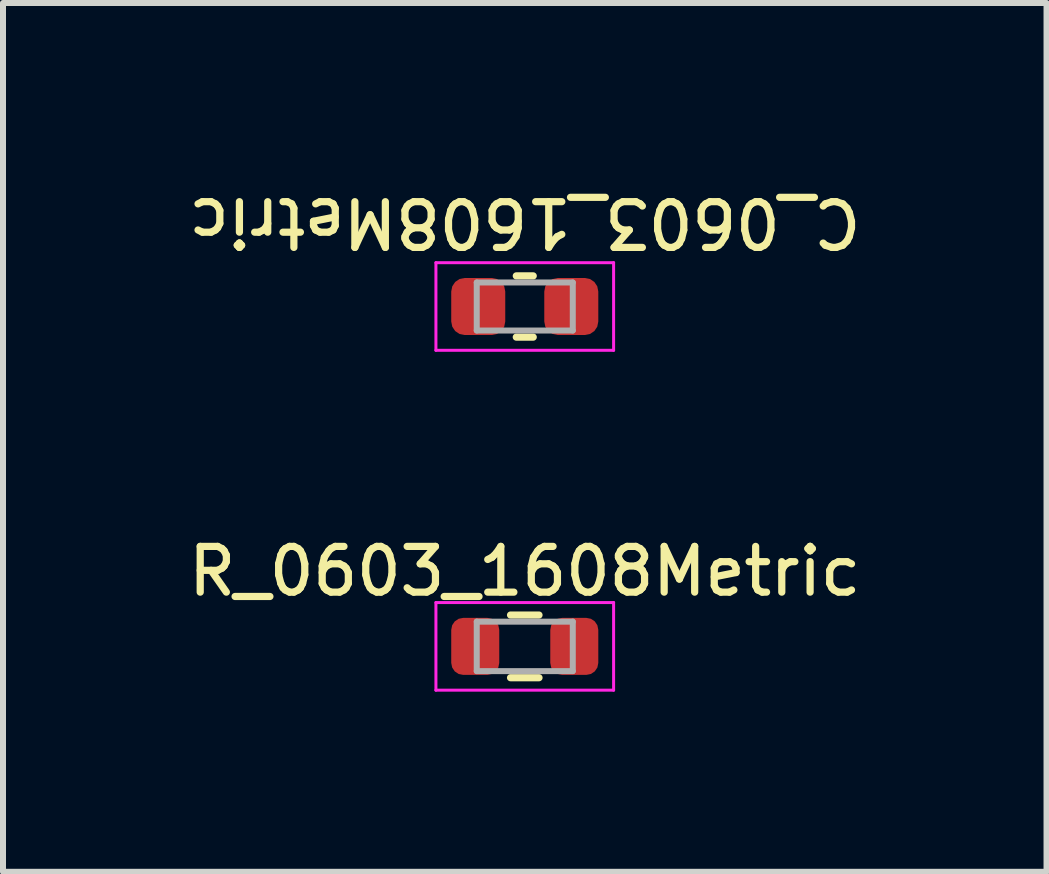
<source format=kicad_pcb>
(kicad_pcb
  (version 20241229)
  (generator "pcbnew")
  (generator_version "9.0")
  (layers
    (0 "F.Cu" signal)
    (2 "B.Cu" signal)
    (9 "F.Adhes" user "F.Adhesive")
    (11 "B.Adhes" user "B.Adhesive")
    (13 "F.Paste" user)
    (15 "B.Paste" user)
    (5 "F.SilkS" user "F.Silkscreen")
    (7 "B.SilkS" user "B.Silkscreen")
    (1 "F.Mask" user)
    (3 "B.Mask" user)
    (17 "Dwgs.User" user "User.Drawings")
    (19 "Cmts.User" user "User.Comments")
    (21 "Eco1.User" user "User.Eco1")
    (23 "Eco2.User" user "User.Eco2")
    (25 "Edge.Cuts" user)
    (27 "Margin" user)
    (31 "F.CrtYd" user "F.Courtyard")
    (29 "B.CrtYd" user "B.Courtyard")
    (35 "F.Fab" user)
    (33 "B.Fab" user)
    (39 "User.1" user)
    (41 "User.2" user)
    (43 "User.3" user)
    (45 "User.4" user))
  (footprint "R_0603_1608Metric"
    (layer "F.Cu")
    (at 5.692 7.718)
    (property "Reference" "R_0603_1608Metric" (at 0 -1.25 0) (unlocked yes) (layer "F.SilkS") (effects (font (size 0.762 0.762) (thickness 0.12))))
    (attr smd)
    (fp_line (start -0.237 -0.522) (end 0.237 -0.522) (stroke (width 0.12) (type solid)) (layer "F.SilkS"))
    (fp_line (start -0.237 0.522) (end 0.237 0.522) (stroke (width 0.12) (type solid)) (layer "F.SilkS"))
    (fp_line (start -1.48 -0.73) (end 1.48 -0.73) (stroke (width 0.05) (type solid)) (layer "F.CrtYd"))
    (fp_line (start -1.48 0.73) (end -1.48 -0.73) (stroke (width 0.05) (type solid)) (layer "F.CrtYd"))
    (fp_line (start 1.48 -0.73) (end 1.48 0.73) (stroke (width 0.05) (type solid)) (layer "F.CrtYd"))
    (fp_line (start 1.48 0.73) (end -1.48 0.73) (stroke (width 0.05) (type solid)) (layer "F.CrtYd"))
    (fp_line (start -0.8 -0.412) (end 0.8 -0.412) (stroke (width 0.1) (type solid)) (layer "F.Fab"))
    (fp_line (start -0.8 0.412) (end -0.8 -0.412) (stroke (width 0.1) (type solid)) (layer "F.Fab"))
    (fp_line (start 0.8 -0.412) (end 0.8 0.412) (stroke (width 0.1) (type solid)) (layer "F.Fab"))
    (fp_line (start 0.8 0.412) (end -0.8 0.412) (stroke (width 0.1) (type solid)) (layer "F.Fab"))
    (pad "1" smd roundrect (at -0.825 0) (size 0.8 0.95) (layers "F.Cu" "F.Mask" "F.Paste") (roundrect_rratio 0.25))
    (pad "2" smd roundrect (at 0.825 0) (size 0.8 0.95) (layers "F.Cu" "F.Mask" "F.Paste") (roundrect_rratio 0.25)))
  (footprint "C_0603_1608Metric"
    (layer "F.Cu")
    (at 5.692 2.056)
    (property "Reference" "C_0603_1608Metric" (at 0 -1.4 180) (unlocked yes) (layer "F.SilkS") (effects (font (size 0.762 0.762) (thickness 0.12))))
    (attr smd)
    (fp_line (start -0.141 -0.51) (end 0.141 -0.51) (stroke (width 0.12) (type solid)) (layer "F.SilkS"))
    (fp_line (start -0.141 0.51) (end 0.141 0.51) (stroke (width 0.12) (type solid)) (layer "F.SilkS"))
    (fp_line (start -1.48 -0.73) (end 1.48 -0.73) (stroke (width 0.05) (type solid)) (layer "F.CrtYd"))
    (fp_line (start -1.48 0.73) (end -1.48 -0.73) (stroke (width 0.05) (type solid)) (layer "F.CrtYd"))
    (fp_line (start 1.48 -0.73) (end 1.48 0.73) (stroke (width 0.05) (type solid)) (layer "F.CrtYd"))
    (fp_line (start 1.48 0.73) (end -1.48 0.73) (stroke (width 0.05) (type solid)) (layer "F.CrtYd"))
    (fp_line (start -0.8 -0.4) (end 0.8 -0.4) (stroke (width 0.1) (type solid)) (layer "F.Fab"))
    (fp_line (start -0.8 0.4) (end -0.8 -0.4) (stroke (width 0.1) (type solid)) (layer "F.Fab"))
    (fp_line (start 0.8 -0.4) (end 0.8 0.4) (stroke (width 0.1) (type solid)) (layer "F.Fab"))
    (fp_line (start 0.8 0.4) (end -0.8 0.4) (stroke (width 0.1) (type solid)) (layer "F.Fab"))
    (pad "1" smd roundrect (at -0.775 0) (size 0.9 0.95) (layers "F.Cu" "F.Mask" "F.Paste") (roundrect_rratio 0.25))
    (pad "2" smd roundrect (at 0.775 0) (size 0.9 0.95) (layers "F.Cu" "F.Mask" "F.Paste") (roundrect_rratio 0.25)))
  (gr_rect
    (start -3 -3)
    (end 14.384 11.473)
    (stroke (width 0.1) (type default))
    (fill no)
    (layer "Edge.Cuts")))
</source>
